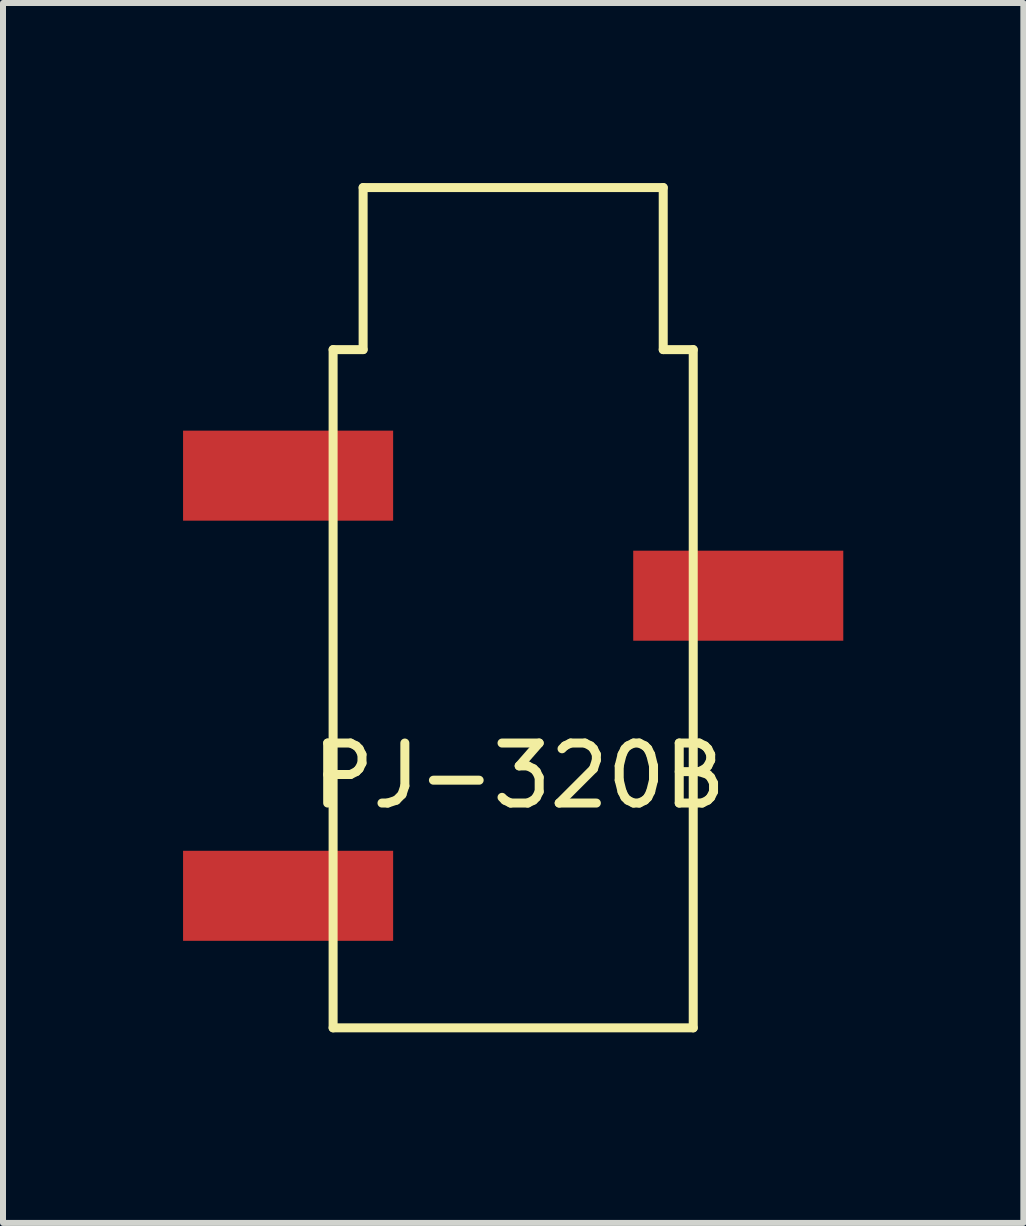
<source format=kicad_pcb>
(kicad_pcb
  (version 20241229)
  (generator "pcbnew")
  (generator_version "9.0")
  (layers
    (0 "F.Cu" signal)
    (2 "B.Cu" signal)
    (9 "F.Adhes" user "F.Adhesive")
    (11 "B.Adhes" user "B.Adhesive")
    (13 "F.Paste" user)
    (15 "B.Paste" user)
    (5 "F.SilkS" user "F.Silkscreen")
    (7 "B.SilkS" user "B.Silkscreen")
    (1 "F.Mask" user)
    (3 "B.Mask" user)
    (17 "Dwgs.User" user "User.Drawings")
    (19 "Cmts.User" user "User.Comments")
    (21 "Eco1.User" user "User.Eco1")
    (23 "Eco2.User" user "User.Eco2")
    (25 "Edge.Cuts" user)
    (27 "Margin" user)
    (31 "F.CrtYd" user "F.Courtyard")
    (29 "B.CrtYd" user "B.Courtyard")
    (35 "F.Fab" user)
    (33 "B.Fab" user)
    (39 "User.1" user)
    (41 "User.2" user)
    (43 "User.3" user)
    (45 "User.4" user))
  (footprint "PJ-320B"
    (layer "F.Cu")
    (at 5.5 14.075)
    (property "Reference" "PJ-320B" (at 0.1 -4.2 0) (layer "F.SilkS") (effects (font (size 1 1) (thickness 0.15))))
    (attr through_hole)
    (fp_line (start -3 -11.3) (end -3 0) (stroke (width 0.15) (type solid)) (layer "F.SilkS"))
    (fp_line (start -3 0) (end 3 0) (stroke (width 0.15) (type solid)) (layer "F.SilkS"))
    (fp_line (start -2.5 -14) (end -2.5 -11.3) (stroke (width 0.15) (type solid)) (layer "F.SilkS"))
    (fp_line (start -2.5 -11.3) (end -3 -11.3) (stroke (width 0.15) (type solid)) (layer "F.SilkS"))
    (fp_line (start 2.5 -14) (end -2.5 -14) (stroke (width 0.15) (type solid)) (layer "F.SilkS"))
    (fp_line (start 2.5 -11.3) (end 2.5 -14) (stroke (width 0.15) (type solid)) (layer "F.SilkS"))
    (fp_line (start 3 -11.3) (end 2.5 -11.3) (stroke (width 0.15) (type solid)) (layer "F.SilkS"))
    (fp_line (start 3 0) (end 3 -11.3) (stroke (width 0.15) (type solid)) (layer "F.SilkS"))
    (pad "S" smd rect (at -2 -2.2) (size 3.5 1.5) (drill (offset -1.75 0)) (layers "F.Cu" "F.Mask" "F.Paste"))
    (pad "S" smd rect (at 2 -7.2) (size 3.5 1.5) (drill (offset 1.75 0)) (layers "F.Cu" "F.Mask" "F.Paste"))
    (pad "T" smd rect (at -2 -9.2) (size 3.5 1.5) (drill (offset -1.75 0)) (layers "F.Cu" "F.Mask" "F.Paste")))
  (gr_rect
    (start -3 -3)
    (end 14 17.325)
    (stroke (width 0.1) (type default))
    (fill no)
    (layer "Edge.Cuts")))
</source>
